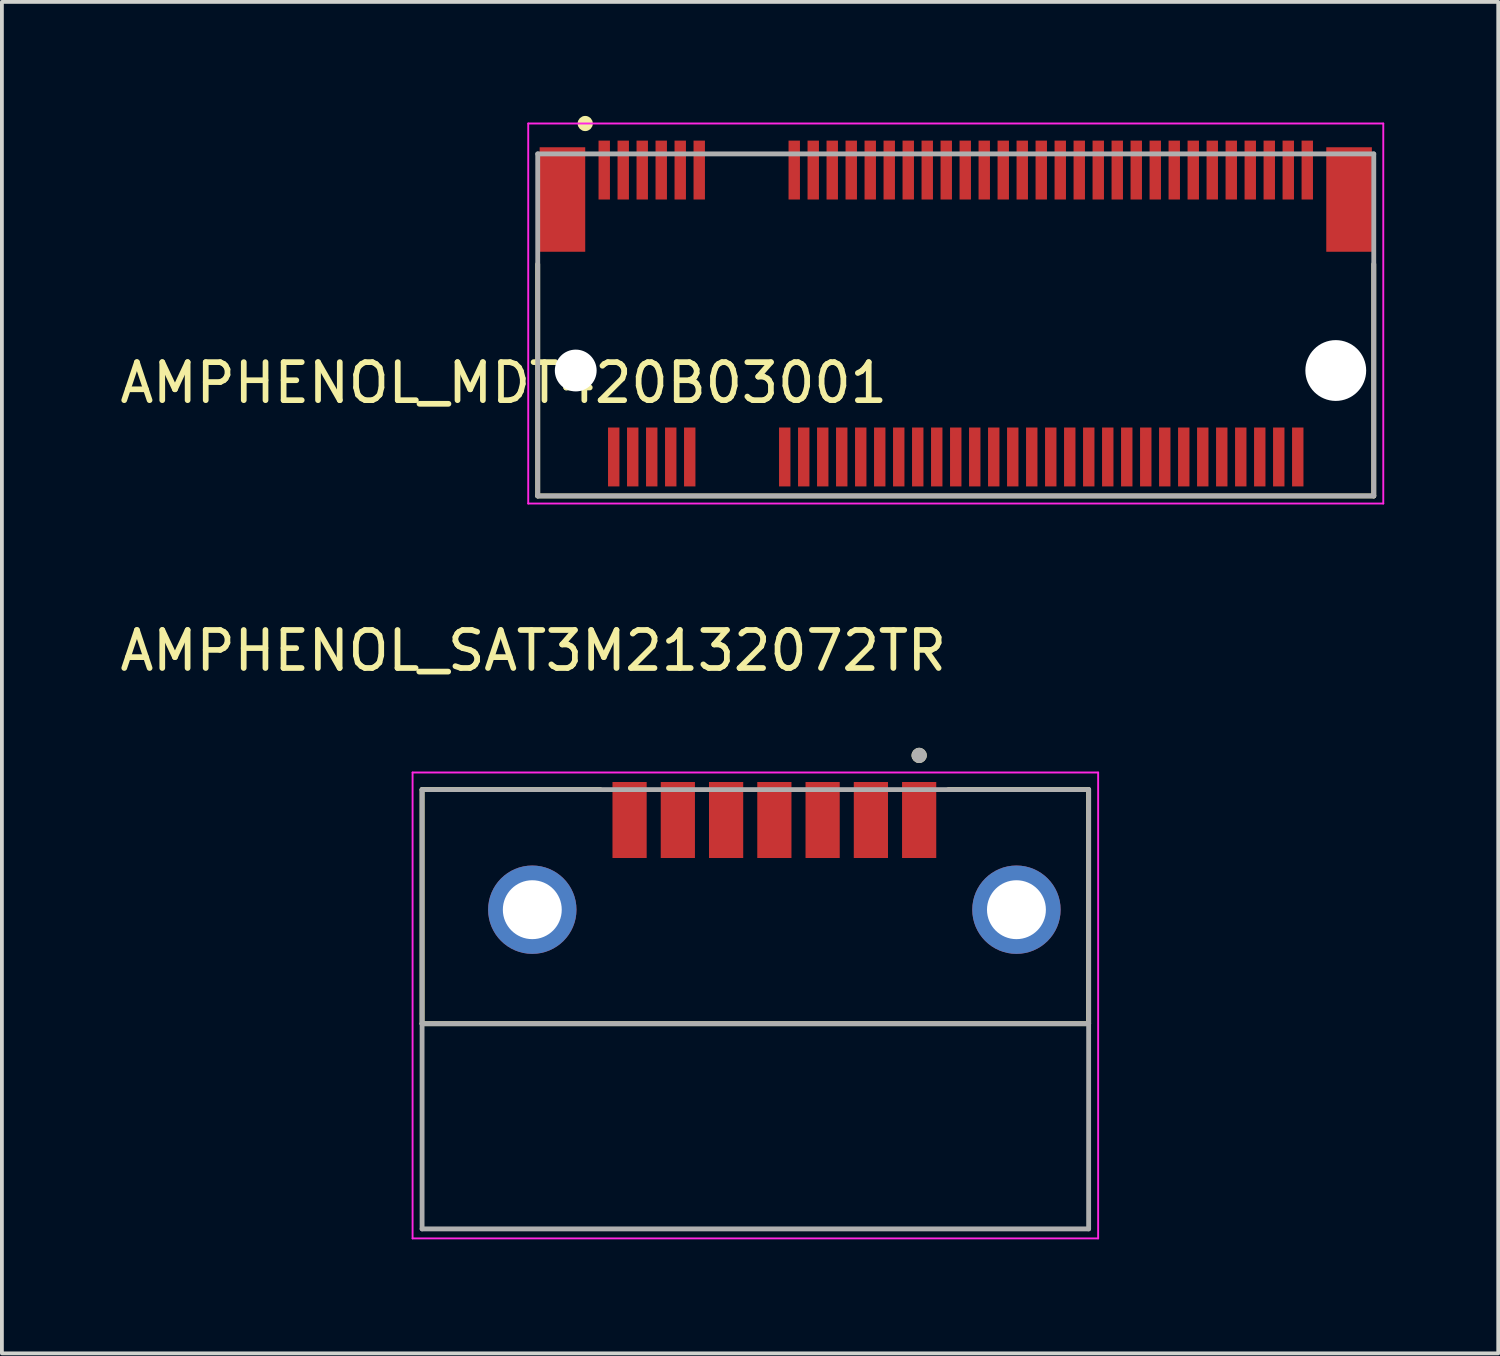
<source format=kicad_pcb>
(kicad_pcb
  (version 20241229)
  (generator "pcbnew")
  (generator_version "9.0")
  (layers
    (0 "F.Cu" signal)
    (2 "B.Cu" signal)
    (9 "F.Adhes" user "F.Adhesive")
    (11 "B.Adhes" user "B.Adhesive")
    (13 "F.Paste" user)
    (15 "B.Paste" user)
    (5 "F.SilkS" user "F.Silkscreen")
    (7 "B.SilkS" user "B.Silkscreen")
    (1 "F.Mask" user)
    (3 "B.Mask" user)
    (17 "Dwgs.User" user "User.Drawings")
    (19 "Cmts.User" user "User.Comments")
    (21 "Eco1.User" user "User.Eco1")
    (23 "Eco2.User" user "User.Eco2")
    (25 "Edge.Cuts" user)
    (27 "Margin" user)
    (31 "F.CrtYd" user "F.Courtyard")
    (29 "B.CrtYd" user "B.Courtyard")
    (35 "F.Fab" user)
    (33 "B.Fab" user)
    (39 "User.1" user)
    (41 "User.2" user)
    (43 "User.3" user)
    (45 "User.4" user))
  (footprint "AMPHENOL_SAT3M2132072TR"
    (layer "F.Cu")
    (at 16.827 20.888)
    (property "Reference" "AMPHENOL_SAT3M2132072TR" (at -5.845 -6.815 0) (layer "F.SilkS") (effects (font (size 1 1) (thickness 0.15))))
    (attr smd)
    (fp_line (start -8.77 -3.16) (end -4.08 -3.16) (stroke (width 0.127) (type solid)) (layer "F.SilkS"))
    (fp_line (start -8.77 3) (end -8.77 -3.16) (stroke (width 0.127) (type solid)) (layer "F.SilkS"))
    (fp_line (start 5.08 -3.16) (end 8.77 -3.16) (stroke (width 0.127) (type solid)) (layer "F.SilkS"))
    (fp_line (start 8.77 -3.16) (end 8.77 3) (stroke (width 0.127) (type solid)) (layer "F.SilkS"))
    (fp_line (start 8.77 3) (end -8.77 3) (stroke (width 0.127) (type solid)) (layer "F.SilkS"))
    (fp_circle (center 4.31 -4.06) (end 4.41 -4.06) (stroke (width 0.2) (type solid)) (fill no) (layer "F.SilkS"))
    (fp_line (start -9.02 -3.61) (end -9.02 8.65) (stroke (width 0.05) (type solid)) (layer "F.CrtYd"))
    (fp_line (start -9.02 8.65) (end 9.02 8.65) (stroke (width 0.05) (type solid)) (layer "F.CrtYd"))
    (fp_line (start 9.02 -3.61) (end -9.02 -3.61) (stroke (width 0.05) (type solid)) (layer "F.CrtYd"))
    (fp_line (start 9.02 8.65) (end 9.02 -3.61) (stroke (width 0.05) (type solid)) (layer "F.CrtYd"))
    (fp_line (start -8.77 -3.16) (end 8.77 -3.16) (stroke (width 0.127) (type solid)) (layer "F.Fab"))
    (fp_line (start -8.77 3) (end -8.77 -3.16) (stroke (width 0.127) (type solid)) (layer "F.Fab"))
    (fp_line (start -8.77 8.4) (end -8.77 3) (stroke (width 0.127) (type solid)) (layer "F.Fab"))
    (fp_line (start 8.77 -3.16) (end 8.77 3) (stroke (width 0.127) (type solid)) (layer "F.Fab"))
    (fp_line (start 8.77 3) (end -8.77 3) (stroke (width 0.127) (type solid)) (layer "F.Fab"))
    (fp_line (start 8.77 3) (end 8.77 8.4) (stroke (width 0.127) (type solid)) (layer "F.Fab"))
    (fp_line (start 8.77 8.4) (end -8.77 8.4) (stroke (width 0.127) (type solid)) (layer "F.Fab"))
    (fp_circle (center 4.31 -4.06) (end 4.41 -4.06) (stroke (width 0.2) (type solid)) (fill no) (layer "F.Fab"))
    (pad "1" smd rect (at 4.31 -2.36) (size 0.9 2) (layers "F.Cu" "F.Mask" "F.Paste"))
    (pad "2" smd rect (at 3.04 -2.36) (size 0.9 2) (layers "F.Cu" "F.Mask" "F.Paste"))
    (pad "3" smd rect (at 1.77 -2.36) (size 0.9 2) (layers "F.Cu" "F.Mask" "F.Paste"))
    (pad "4" smd rect (at 0.5 -2.36) (size 0.9 2) (layers "F.Cu" "F.Mask" "F.Paste"))
    (pad "5" smd rect (at -0.77 -2.36) (size 0.9 2) (layers "F.Cu" "F.Mask" "F.Paste"))
    (pad "6" smd rect (at -2.04 -2.36) (size 0.9 2) (layers "F.Cu" "F.Mask" "F.Paste"))
    (pad "7" smd rect (at -3.31 -2.36) (size 0.9 2) (layers "F.Cu" "F.Mask" "F.Paste"))
    (pad "8" thru_hole circle (at -5.87 0) (size 2.325 2.325) (drill 1.55) (layers "*.Cu" "*.Mask"))
    (pad "8" thru_hole circle (at 6.87 0) (size 2.325 2.325) (drill 1.55) (layers "*.Cu" "*.Mask")))
  (footprint "AMPHENOL_MDT420B03001"
    (layer "F.Cu")
    (at 22.1 6.7)
    (property "Reference" "AMPHENOL_MDT420B03001" (at -11.895 0.325 180) (layer "F.SilkS") (effects (font (size 1.001 1.001) (thickness 0.15))))
    (attr smd)
    (fp_line (start -11 -2.8) (end -11 3.3) (stroke (width 0.127) (type solid)) (layer "F.SilkS"))
    (fp_line (start 11 -2.8) (end 11 3.3) (stroke (width 0.127) (type solid)) (layer "F.SilkS"))
    (fp_line (start 11 3.3) (end -11 3.3) (stroke (width 0.127) (type solid)) (layer "F.SilkS"))
    (fp_circle (center -9.75 -6.5) (end -9.65 -6.5) (stroke (width 0.2) (type solid)) (fill no) (layer "F.SilkS"))
    (fp_line (start -11.25 -6.5) (end 11.25 -6.5) (stroke (width 0.05) (type solid)) (layer "F.CrtYd"))
    (fp_line (start -11.25 3.5) (end -11.25 -6.5) (stroke (width 0.05) (type solid)) (layer "F.CrtYd"))
    (fp_line (start 11.25 -6.5) (end 11.25 3.5) (stroke (width 0.05) (type solid)) (layer "F.CrtYd"))
    (fp_line (start 11.25 3.5) (end -11.25 3.5) (stroke (width 0.05) (type solid)) (layer "F.CrtYd"))
    (fp_line (start -11 -5.7) (end 11 -5.7) (stroke (width 0.127) (type solid)) (layer "F.Fab"))
    (fp_line (start -11 3.3) (end -11 -5.7) (stroke (width 0.127) (type solid)) (layer "F.Fab"))
    (fp_line (start 11 -5.7) (end 11 3.3) (stroke (width 0.127) (type solid)) (layer "F.Fab"))
    (fp_line (start 11 3.3) (end -11 3.3) (stroke (width 0.127) (type solid)) (layer "F.Fab"))
    (pad "" np_thru_hole circle (at -10 0) (size 1.1 1.1) (drill 1.1) (layers "*.Cu" "*.Mask"))
    (pad "" np_thru_hole circle (at 10 0) (size 1.6 1.6) (drill 1.6) (layers "*.Cu" "*.Mask"))
    (pad "1" smd rect (at -9.25 -5.275) (size 0.3 1.55) (layers "F.Cu" "F.Mask" "F.Paste"))
    (pad "2" smd rect (at -9 2.275) (size 0.3 1.55) (layers "F.Cu" "F.Mask" "F.Paste"))
    (pad "3" smd rect (at -8.75 -5.275) (size 0.3 1.55) (layers "F.Cu" "F.Mask" "F.Paste"))
    (pad "4" smd rect (at -8.5 2.275) (size 0.3 1.55) (layers "F.Cu" "F.Mask" "F.Paste"))
    (pad "5" smd rect (at -8.25 -5.275) (size 0.3 1.55) (layers "F.Cu" "F.Mask" "F.Paste"))
    (pad "6" smd rect (at -8 2.275) (size 0.3 1.55) (layers "F.Cu" "F.Mask" "F.Paste"))
    (pad "7" smd rect (at -7.75 -5.275) (size 0.3 1.55) (layers "F.Cu" "F.Mask" "F.Paste"))
    (pad "8" smd rect (at -7.5 2.275) (size 0.3 1.55) (layers "F.Cu" "F.Mask" "F.Paste"))
    (pad "9" smd rect (at -7.25 -5.275) (size 0.3 1.55) (layers "F.Cu" "F.Mask" "F.Paste"))
    (pad "10" smd rect (at -7 2.275) (size 0.3 1.55) (layers "F.Cu" "F.Mask" "F.Paste"))
    (pad "11" smd rect (at -6.75 -5.275) (size 0.3 1.55) (layers "F.Cu" "F.Mask" "F.Paste"))
    (pad "20" smd rect (at -4.5 2.275) (size 0.3 1.55) (layers "F.Cu" "F.Mask" "F.Paste"))
    (pad "21" smd rect (at -4.25 -5.275) (size 0.3 1.55) (layers "F.Cu" "F.Mask" "F.Paste"))
    (pad "22" smd rect (at -4 2.275) (size 0.3 1.55) (layers "F.Cu" "F.Mask" "F.Paste"))
    (pad "23" smd rect (at -3.75 -5.275) (size 0.3 1.55) (layers "F.Cu" "F.Mask" "F.Paste"))
    (pad "24" smd rect (at -3.5 2.275) (size 0.3 1.55) (layers "F.Cu" "F.Mask" "F.Paste"))
    (pad "25" smd rect (at -3.25 -5.275) (size 0.3 1.55) (layers "F.Cu" "F.Mask" "F.Paste"))
    (pad "26" smd rect (at -3 2.275) (size 0.3 1.55) (layers "F.Cu" "F.Mask" "F.Paste"))
    (pad "27" smd rect (at -2.75 -5.275) (size 0.3 1.55) (layers "F.Cu" "F.Mask" "F.Paste"))
    (pad "28" smd rect (at -2.5 2.275) (size 0.3 1.55) (layers "F.Cu" "F.Mask" "F.Paste"))
    (pad "29" smd rect (at -2.25 -5.275) (size 0.3 1.55) (layers "F.Cu" "F.Mask" "F.Paste"))
    (pad "30" smd rect (at -2 2.275) (size 0.3 1.55) (layers "F.Cu" "F.Mask" "F.Paste"))
    (pad "31" smd rect (at -1.75 -5.275) (size 0.3 1.55) (layers "F.Cu" "F.Mask" "F.Paste"))
    (pad "32" smd rect (at -1.5 2.275) (size 0.3 1.55) (layers "F.Cu" "F.Mask" "F.Paste"))
    (pad "33" smd rect (at -1.25 -5.275) (size 0.3 1.55) (layers "F.Cu" "F.Mask" "F.Paste"))
    (pad "34" smd rect (at -1 2.275) (size 0.3 1.55) (layers "F.Cu" "F.Mask" "F.Paste"))
    (pad "35" smd rect (at -0.75 -5.275) (size 0.3 1.55) (layers "F.Cu" "F.Mask" "F.Paste"))
    (pad "36" smd rect (at -0.5 2.275) (size 0.3 1.55) (layers "F.Cu" "F.Mask" "F.Paste"))
    (pad "37" smd rect (at -0.25 -5.275) (size 0.3 1.55) (layers "F.Cu" "F.Mask" "F.Paste"))
    (pad "38" smd rect (at 0 2.275) (size 0.3 1.55) (layers "F.Cu" "F.Mask" "F.Paste"))
    (pad "39" smd rect (at 0.25 -5.275) (size 0.3 1.55) (layers "F.Cu" "F.Mask" "F.Paste"))
    (pad "40" smd rect (at 0.5 2.275) (size 0.3 1.55) (layers "F.Cu" "F.Mask" "F.Paste"))
    (pad "41" smd rect (at 0.75 -5.275) (size 0.3 1.55) (layers "F.Cu" "F.Mask" "F.Paste"))
    (pad "42" smd rect (at 1 2.275) (size 0.3 1.55) (layers "F.Cu" "F.Mask" "F.Paste"))
    (pad "43" smd rect (at 1.25 -5.275) (size 0.3 1.55) (layers "F.Cu" "F.Mask" "F.Paste"))
    (pad "44" smd rect (at 1.5 2.275) (size 0.3 1.55) (layers "F.Cu" "F.Mask" "F.Paste"))
    (pad "45" smd rect (at 1.75 -5.275) (size 0.3 1.55) (layers "F.Cu" "F.Mask" "F.Paste"))
    (pad "46" smd rect (at 2 2.275) (size 0.3 1.55) (layers "F.Cu" "F.Mask" "F.Paste"))
    (pad "47" smd rect (at 2.25 -5.275) (size 0.3 1.55) (layers "F.Cu" "F.Mask" "F.Paste"))
    (pad "48" smd rect (at 2.5 2.275) (size 0.3 1.55) (layers "F.Cu" "F.Mask" "F.Paste"))
    (pad "49" smd rect (at 2.75 -5.275) (size 0.3 1.55) (layers "F.Cu" "F.Mask" "F.Paste"))
    (pad "50" smd rect (at 3 2.275) (size 0.3 1.55) (layers "F.Cu" "F.Mask" "F.Paste"))
    (pad "51" smd rect (at 3.25 -5.275) (size 0.3 1.55) (layers "F.Cu" "F.Mask" "F.Paste"))
    (pad "52" smd rect (at 3.5 2.275) (size 0.3 1.55) (layers "F.Cu" "F.Mask" "F.Paste"))
    (pad "53" smd rect (at 3.75 -5.275) (size 0.3 1.55) (layers "F.Cu" "F.Mask" "F.Paste"))
    (pad "54" smd rect (at 4 2.275) (size 0.3 1.55) (layers "F.Cu" "F.Mask" "F.Paste"))
    (pad "55" smd rect (at 4.25 -5.275) (size 0.3 1.55) (layers "F.Cu" "F.Mask" "F.Paste"))
    (pad "56" smd rect (at 4.5 2.275) (size 0.3 1.55) (layers "F.Cu" "F.Mask" "F.Paste"))
    (pad "57" smd rect (at 4.75 -5.275) (size 0.3 1.55) (layers "F.Cu" "F.Mask" "F.Paste"))
    (pad "58" smd rect (at 5 2.275) (size 0.3 1.55) (layers "F.Cu" "F.Mask" "F.Paste"))
    (pad "59" smd rect (at 5.25 -5.275) (size 0.3 1.55) (layers "F.Cu" "F.Mask" "F.Paste"))
    (pad "60" smd rect (at 5.5 2.275) (size 0.3 1.55) (layers "F.Cu" "F.Mask" "F.Paste"))
    (pad "61" smd rect (at 5.75 -5.275) (size 0.3 1.55) (layers "F.Cu" "F.Mask" "F.Paste"))
    (pad "62" smd rect (at 6 2.275) (size 0.3 1.55) (layers "F.Cu" "F.Mask" "F.Paste"))
    (pad "63" smd rect (at 6.25 -5.275) (size 0.3 1.55) (layers "F.Cu" "F.Mask" "F.Paste"))
    (pad "64" smd rect (at 6.5 2.275) (size 0.3 1.55) (layers "F.Cu" "F.Mask" "F.Paste"))
    (pad "65" smd rect (at 6.75 -5.275) (size 0.3 1.55) (layers "F.Cu" "F.Mask" "F.Paste"))
    (pad "66" smd rect (at 7 2.275) (size 0.3 1.55) (layers "F.Cu" "F.Mask" "F.Paste"))
    (pad "67" smd rect (at 7.25 -5.275) (size 0.3 1.55) (layers "F.Cu" "F.Mask" "F.Paste"))
    (pad "68" smd rect (at 7.5 2.275) (size 0.3 1.55) (layers "F.Cu" "F.Mask" "F.Paste"))
    (pad "69" smd rect (at 7.75 -5.275) (size 0.3 1.55) (layers "F.Cu" "F.Mask" "F.Paste"))
    (pad "70" smd rect (at 8 2.275) (size 0.3 1.55) (layers "F.Cu" "F.Mask" "F.Paste"))
    (pad "71" smd rect (at 8.25 -5.275) (size 0.3 1.55) (layers "F.Cu" "F.Mask" "F.Paste"))
    (pad "72" smd rect (at 8.5 2.275) (size 0.3 1.55) (layers "F.Cu" "F.Mask" "F.Paste"))
    (pad "73" smd rect (at 8.75 -5.275) (size 0.3 1.55) (layers "F.Cu" "F.Mask" "F.Paste"))
    (pad "74" smd rect (at 9 2.275) (size 0.3 1.55) (layers "F.Cu" "F.Mask" "F.Paste"))
    (pad "75" smd rect (at 9.25 -5.275) (size 0.3 1.55) (layers "F.Cu" "F.Mask" "F.Paste"))
    (pad "P1" smd rect (at -10.35 -4.5) (size 1.2 2.75) (layers "F.Cu" "F.Mask" "F.Paste"))
    (pad "P2" smd rect (at 10.35 -4.5) (size 1.2 2.75) (layers "F.Cu" "F.Mask" "F.Paste")))
  (gr_rect
    (start -3 -3)
    (end 36.375 32.563)
    (stroke (width 0.1) (type default))
    (fill no)
    (layer "Edge.Cuts")))
</source>
